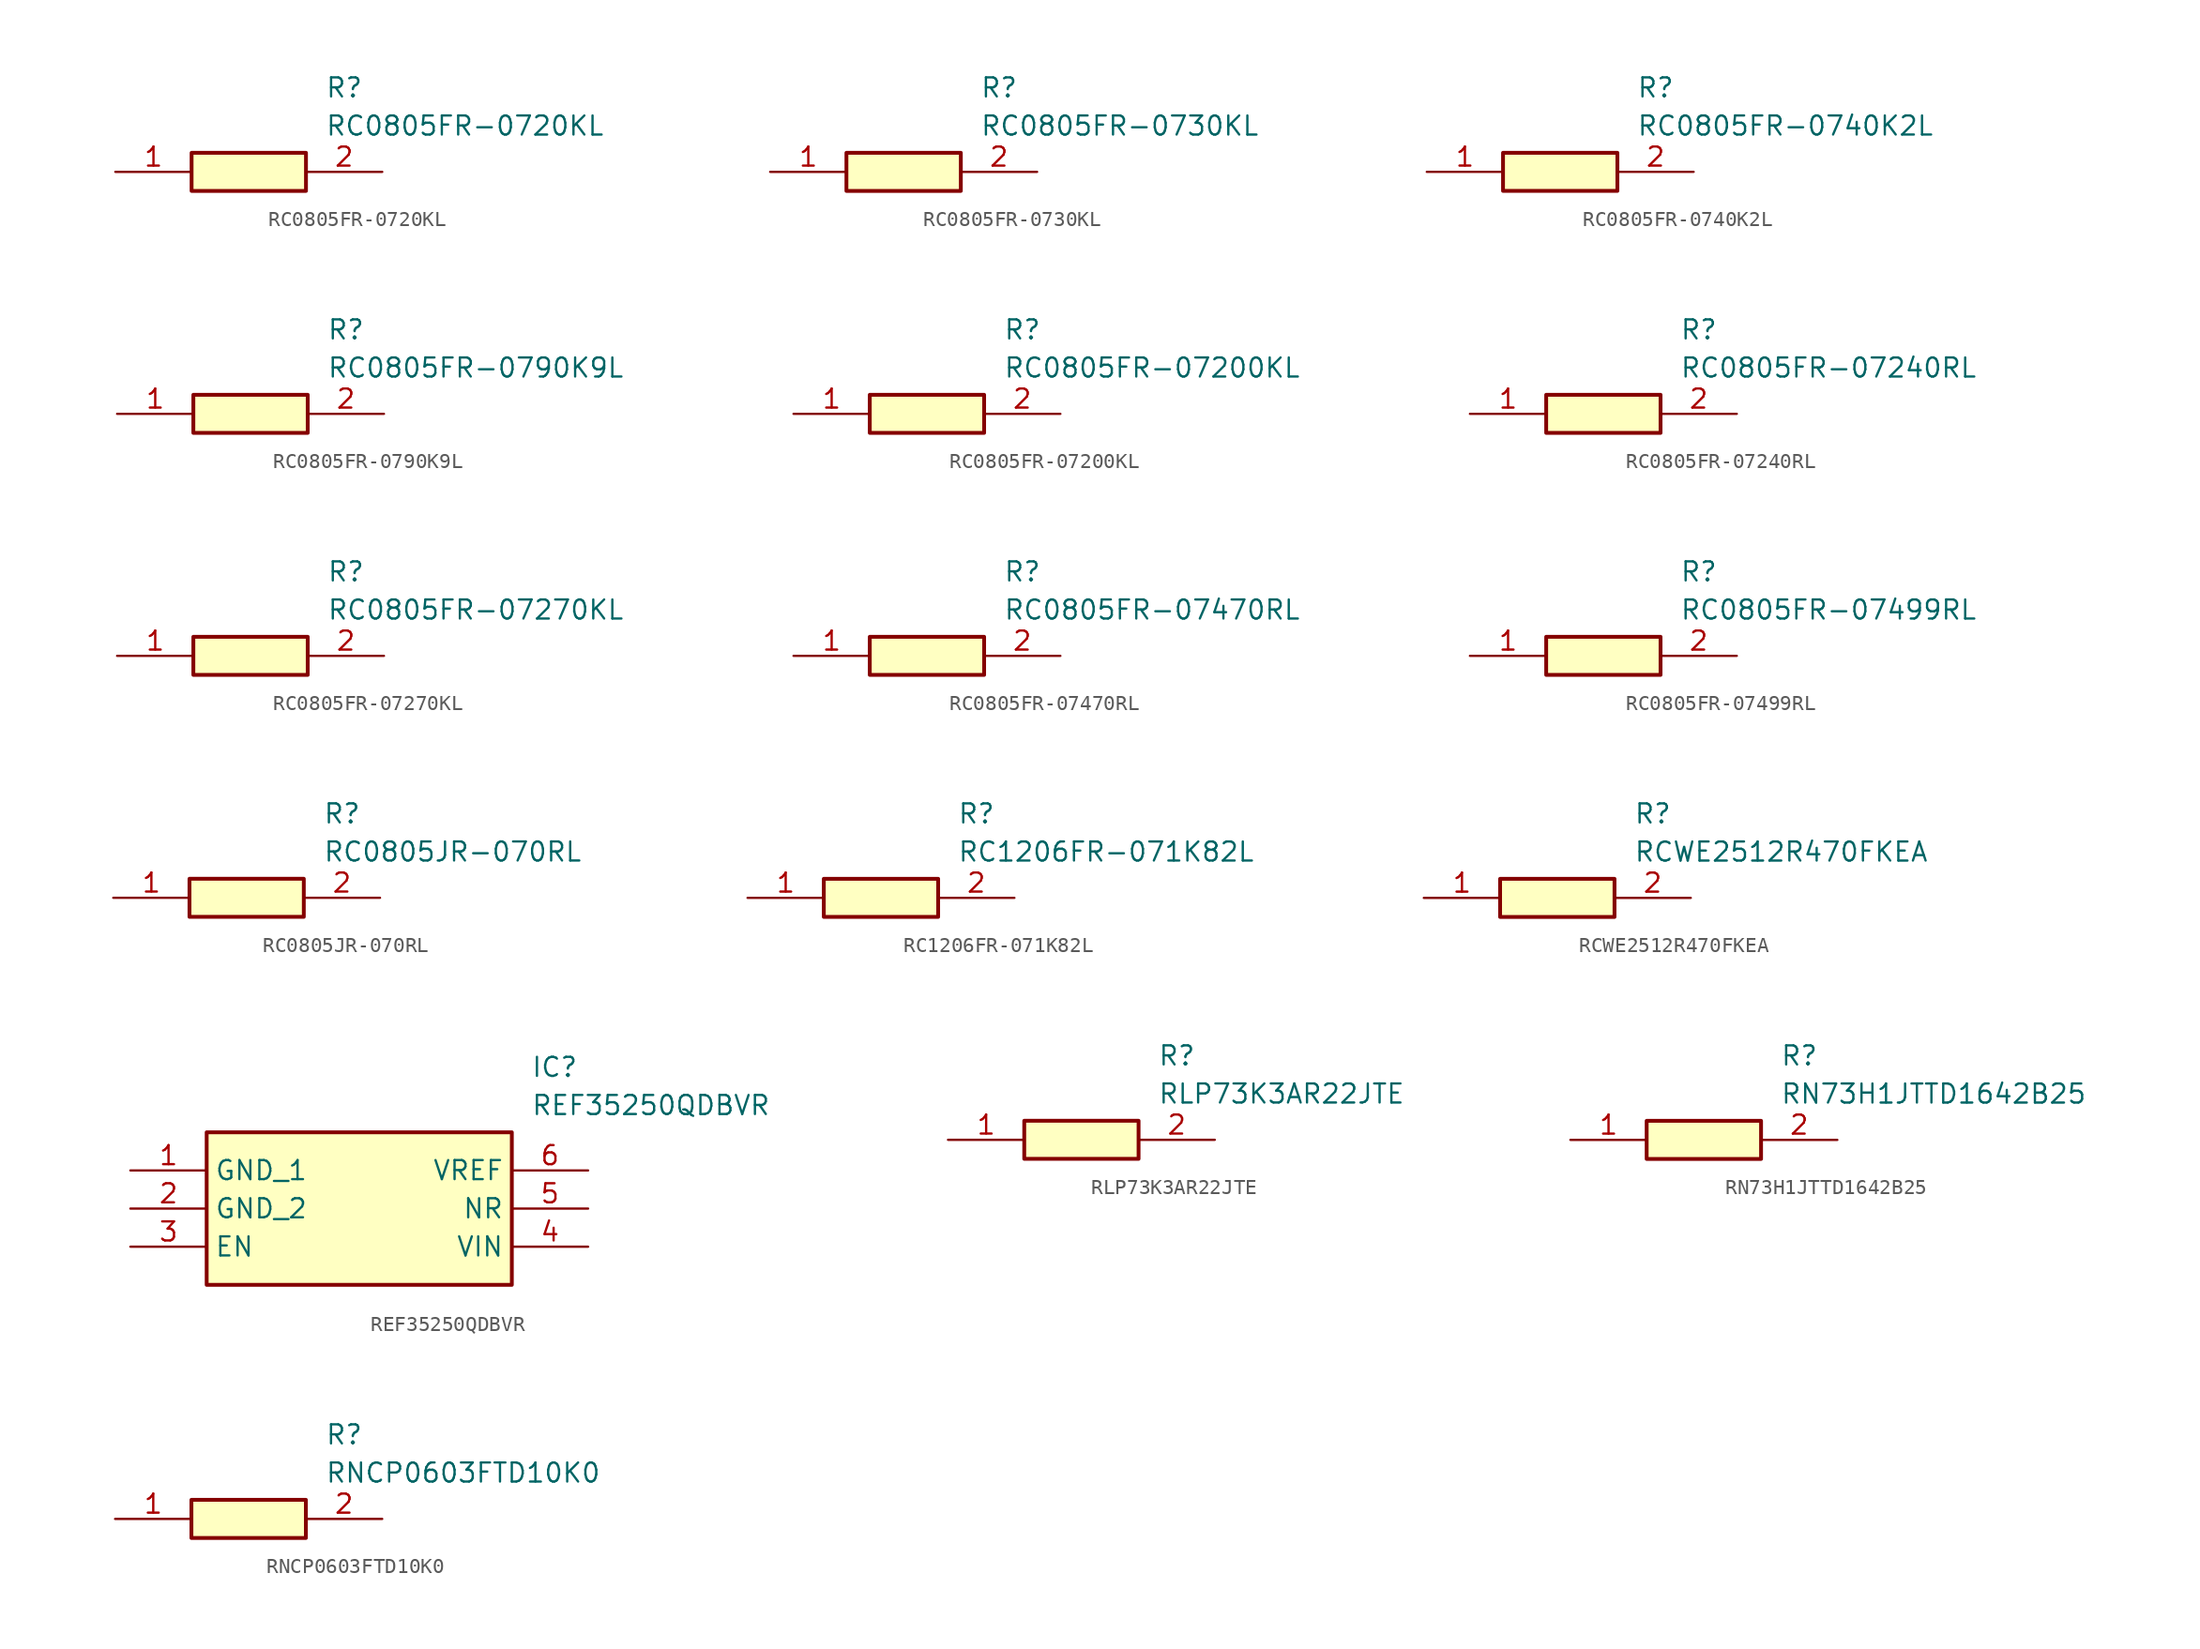
<source format=kicad_sym>
(kicad_symbol_lib
  (version 20231120)
  (generator "kicad_symbol_editor")
  (generator_version "8.0")
  (symbol "RC0805FR-0720KL"
    (pin_names hide)
    (property "Reference" "R"
      (at 13.97 6.35 0)
      (effects (font (size 1.27 1.27)) (justify left top)))
    (property "Value" "RC0805FR-0720KL"
      (at 13.97 3.81 0)
      (effects (font (size 1.27 1.27)) (justify left top)))
    (symbol "RC0805FR-0720KL_1_1"
      (rectangle (start 5.08 1.27) (end 12.7 -1.27) (stroke (width 0.254) (type default)) (fill (type background)))
      (pin passive line (at 0 0 0) (length 5.08) (name "1" (effects (font (size 1.27 1.27)))) (number "1" (effects (font (size 1.27 1.27)))))
      (pin passive line (at 17.78 0 180) (length 5.08) (name "2" (effects (font (size 1.27 1.27)))) (number "2" (effects (font (size 1.27 1.27)))))))
  (symbol "RC0805FR-0730KL"
    (pin_names hide)
    (property "Reference" "R"
      (at 13.97 6.35 0)
      (effects (font (size 1.27 1.27)) (justify left top)))
    (property "Value" "RC0805FR-0730KL"
      (at 13.97 3.81 0)
      (effects (font (size 1.27 1.27)) (justify left top)))
    (symbol "RC0805FR-0730KL_1_1"
      (rectangle (start 5.08 1.27) (end 12.7 -1.27) (stroke (width 0.254) (type default)) (fill (type background)))
      (pin passive line (at 0 0 0) (length 5.08) (name "1" (effects (font (size 1.27 1.27)))) (number "1" (effects (font (size 1.27 1.27)))))
      (pin passive line (at 17.78 0 180) (length 5.08) (name "2" (effects (font (size 1.27 1.27)))) (number "2" (effects (font (size 1.27 1.27)))))))
  (symbol "RC0805FR-0740K2L"
    (pin_names hide)
    (property "Reference" "R"
      (at 13.97 6.35 0)
      (effects (font (size 1.27 1.27)) (justify left top)))
    (property "Value" "RC0805FR-0740K2L"
      (at 13.97 3.81 0)
      (effects (font (size 1.27 1.27)) (justify left top)))
    (symbol "RC0805FR-0740K2L_1_1"
      (rectangle (start 5.08 1.27) (end 12.7 -1.27) (stroke (width 0.254) (type default)) (fill (type background)))
      (pin passive line (at 0 0 0) (length 5.08) (name "1" (effects (font (size 1.27 1.27)))) (number "1" (effects (font (size 1.27 1.27)))))
      (pin passive line (at 17.78 0 180) (length 5.08) (name "2" (effects (font (size 1.27 1.27)))) (number "2" (effects (font (size 1.27 1.27)))))))
  (symbol "RC0805FR-0790K9L"
    (pin_names hide)
    (property "Reference" "R"
      (at 13.97 6.35 0)
      (effects (font (size 1.27 1.27)) (justify left top)))
    (property "Value" "RC0805FR-0790K9L"
      (at 13.97 3.81 0)
      (effects (font (size 1.27 1.27)) (justify left top)))
    (symbol "RC0805FR-0790K9L_1_1"
      (rectangle (start 5.08 1.27) (end 12.7 -1.27) (stroke (width 0.254) (type default)) (fill (type background)))
      (pin passive line (at 0 0 0) (length 5.08) (name "1" (effects (font (size 1.27 1.27)))) (number "1" (effects (font (size 1.27 1.27)))))
      (pin passive line (at 17.78 0 180) (length 5.08) (name "2" (effects (font (size 1.27 1.27)))) (number "2" (effects (font (size 1.27 1.27)))))))
  (symbol "RC0805FR-07200KL"
    (pin_names hide)
    (property "Reference" "R"
      (at 13.97 6.35 0)
      (effects (font (size 1.27 1.27)) (justify left top)))
    (property "Value" "RC0805FR-07200KL"
      (at 13.97 3.81 0)
      (effects (font (size 1.27 1.27)) (justify left top)))
    (symbol "RC0805FR-07200KL_1_1"
      (rectangle (start 5.08 1.27) (end 12.7 -1.27) (stroke (width 0.254) (type default)) (fill (type background)))
      (pin passive line (at 0 0 0) (length 5.08) (name "1" (effects (font (size 1.27 1.27)))) (number "1" (effects (font (size 1.27 1.27)))))
      (pin passive line (at 17.78 0 180) (length 5.08) (name "2" (effects (font (size 1.27 1.27)))) (number "2" (effects (font (size 1.27 1.27)))))))
  (symbol "RC0805FR-07240RL"
    (pin_names hide)
    (property "Reference" "R"
      (at 13.97 6.35 0)
      (effects (font (size 1.27 1.27)) (justify left top)))
    (property "Value" "RC0805FR-07240RL"
      (at 13.97 3.81 0)
      (effects (font (size 1.27 1.27)) (justify left top)))
    (symbol "RC0805FR-07240RL_1_1"
      (rectangle (start 5.08 1.27) (end 12.7 -1.27) (stroke (width 0.254) (type default)) (fill (type background)))
      (pin passive line (at 0 0 0) (length 5.08) (name "1" (effects (font (size 1.27 1.27)))) (number "1" (effects (font (size 1.27 1.27)))))
      (pin passive line (at 17.78 0 180) (length 5.08) (name "2" (effects (font (size 1.27 1.27)))) (number "2" (effects (font (size 1.27 1.27)))))))
  (symbol "RC0805FR-07270KL"
    (pin_names hide)
    (property "Reference" "R"
      (at 13.97 6.35 0)
      (effects (font (size 1.27 1.27)) (justify left top)))
    (property "Value" "RC0805FR-07270KL"
      (at 13.97 3.81 0)
      (effects (font (size 1.27 1.27)) (justify left top)))
    (symbol "RC0805FR-07270KL_1_1"
      (rectangle (start 5.08 1.27) (end 12.7 -1.27) (stroke (width 0.254) (type default)) (fill (type background)))
      (pin passive line (at 0 0 0) (length 5.08) (name "1" (effects (font (size 1.27 1.27)))) (number "1" (effects (font (size 1.27 1.27)))))
      (pin passive line (at 17.78 0 180) (length 5.08) (name "2" (effects (font (size 1.27 1.27)))) (number "2" (effects (font (size 1.27 1.27)))))))
  (symbol "RC0805FR-07470RL"
    (pin_names hide)
    (property "Reference" "R"
      (at 13.97 6.35 0)
      (effects (font (size 1.27 1.27)) (justify left top)))
    (property "Value" "RC0805FR-07470RL"
      (at 13.97 3.81 0)
      (effects (font (size 1.27 1.27)) (justify left top)))
    (symbol "RC0805FR-07470RL_1_1"
      (rectangle (start 5.08 1.27) (end 12.7 -1.27) (stroke (width 0.254) (type default)) (fill (type background)))
      (pin passive line (at 0 0 0) (length 5.08) (name "1" (effects (font (size 1.27 1.27)))) (number "1" (effects (font (size 1.27 1.27)))))
      (pin passive line (at 17.78 0 180) (length 5.08) (name "2" (effects (font (size 1.27 1.27)))) (number "2" (effects (font (size 1.27 1.27)))))))
  (symbol "RC0805FR-07499RL"
    (pin_names hide)
    (property "Reference" "R"
      (at 13.97 6.35 0)
      (effects (font (size 1.27 1.27)) (justify left top)))
    (property "Value" "RC0805FR-07499RL"
      (at 13.97 3.81 0)
      (effects (font (size 1.27 1.27)) (justify left top)))
    (symbol "RC0805FR-07499RL_1_1"
      (rectangle (start 5.08 1.27) (end 12.7 -1.27) (stroke (width 0.254) (type default)) (fill (type background)))
      (pin passive line (at 0 0 0) (length 5.08) (name "1" (effects (font (size 1.27 1.27)))) (number "1" (effects (font (size 1.27 1.27)))))
      (pin passive line (at 17.78 0 180) (length 5.08) (name "2" (effects (font (size 1.27 1.27)))) (number "2" (effects (font (size 1.27 1.27)))))))
  (symbol "RC0805JR-070RL"
    (pin_names hide)
    (property "Reference" "R"
      (at 13.97 6.35 0)
      (effects (font (size 1.27 1.27)) (justify left top)))
    (property "Value" "RC0805JR-070RL"
      (at 13.97 3.81 0)
      (effects (font (size 1.27 1.27)) (justify left top)))
    (symbol "RC0805JR-070RL_1_1"
      (rectangle (start 5.08 1.27) (end 12.7 -1.27) (stroke (width 0.254) (type default)) (fill (type background)))
      (pin passive line (at 0 0 0) (length 5.08) (name "1" (effects (font (size 1.27 1.27)))) (number "1" (effects (font (size 1.27 1.27)))))
      (pin passive line (at 17.78 0 180) (length 5.08) (name "2" (effects (font (size 1.27 1.27)))) (number "2" (effects (font (size 1.27 1.27)))))))
  (symbol "RC1206FR-071K82L"
    (pin_names hide)
    (property "Reference" "R"
      (at 13.97 6.35 0)
      (effects (font (size 1.27 1.27)) (justify left top)))
    (property "Value" "RC1206FR-071K82L"
      (at 13.97 3.81 0)
      (effects (font (size 1.27 1.27)) (justify left top)))
    (symbol "RC1206FR-071K82L_1_1"
      (rectangle (start 5.08 1.27) (end 12.7 -1.27) (stroke (width 0.254) (type default)) (fill (type background)))
      (pin passive line (at 0 0 0) (length 5.08) (name "1" (effects (font (size 1.27 1.27)))) (number "1" (effects (font (size 1.27 1.27)))))
      (pin passive line (at 17.78 0 180) (length 5.08) (name "2" (effects (font (size 1.27 1.27)))) (number "2" (effects (font (size 1.27 1.27)))))))
  (symbol "RCWE2512R470FKEA"
    (pin_names hide)
    (property "Reference" "R"
      (at 13.97 6.35 0)
      (effects (font (size 1.27 1.27)) (justify left top)))
    (property "Value" "RCWE2512R470FKEA"
      (at 13.97 3.81 0)
      (effects (font (size 1.27 1.27)) (justify left top)))
    (symbol "RCWE2512R470FKEA_1_1"
      (rectangle (start 5.08 1.27) (end 12.7 -1.27) (stroke (width 0.254) (type default)) (fill (type background)))
      (pin passive line (at 0 0 0) (length 5.08) (name "1" (effects (font (size 1.27 1.27)))) (number "1" (effects (font (size 1.27 1.27)))))
      (pin passive line (at 17.78 0 180) (length 5.08) (name "2" (effects (font (size 1.27 1.27)))) (number "2" (effects (font (size 1.27 1.27)))))))
  (symbol "REF35250QDBVR"
    (property "Reference" "IC"
      (at 26.67 7.62 0)
      (effects (font (size 1.27 1.27)) (justify left top)))
    (property "Value" "REF35250QDBVR"
      (at 26.67 5.08 0)
      (effects (font (size 1.27 1.27)) (justify left top)))
    (symbol "REF35250QDBVR_1_1"
      (rectangle (start 5.08 2.54) (end 25.4 -7.62) (stroke (width 0.254) (type default)) (fill (type background)))
      (pin passive line (at 0 0 0) (length 5.08) (name "GND_1" (effects (font (size 1.27 1.27)))) (number "1" (effects (font (size 1.27 1.27)))))
      (pin passive line (at 0 -2.54 0) (length 5.08) (name "GND_2" (effects (font (size 1.27 1.27)))) (number "2" (effects (font (size 1.27 1.27)))))
      (pin passive line (at 0 -5.08 0) (length 5.08) (name "EN" (effects (font (size 1.27 1.27)))) (number "3" (effects (font (size 1.27 1.27)))))
      (pin passive line (at 30.48 -5.08 180) (length 5.08) (name "VIN" (effects (font (size 1.27 1.27)))) (number "4" (effects (font (size 1.27 1.27)))))
      (pin passive line (at 30.48 -2.54 180) (length 5.08) (name "NR" (effects (font (size 1.27 1.27)))) (number "5" (effects (font (size 1.27 1.27)))))
      (pin passive line (at 30.48 0 180) (length 5.08) (name "VREF" (effects (font (size 1.27 1.27)))) (number "6" (effects (font (size 1.27 1.27)))))))
  (symbol "RLP73K3AR22JTE"
    (pin_names hide)
    (property "Reference" "R"
      (at 13.97 6.35 0)
      (effects (font (size 1.27 1.27)) (justify left top)))
    (property "Value" "RLP73K3AR22JTE"
      (at 13.97 3.81 0)
      (effects (font (size 1.27 1.27)) (justify left top)))
    (symbol "RLP73K3AR22JTE_1_1"
      (rectangle (start 5.08 1.27) (end 12.7 -1.27) (stroke (width 0.254) (type default)) (fill (type background)))
      (pin passive line (at 0 0 0) (length 5.08) (name "1" (effects (font (size 1.27 1.27)))) (number "1" (effects (font (size 1.27 1.27)))))
      (pin passive line (at 17.78 0 180) (length 5.08) (name "2" (effects (font (size 1.27 1.27)))) (number "2" (effects (font (size 1.27 1.27)))))))
  (symbol "RN73H1JTTD1642B25"
    (pin_names hide)
    (property "Reference" "R"
      (at 13.97 6.35 0)
      (effects (font (size 1.27 1.27)) (justify left top)))
    (property "Value" "RN73H1JTTD1642B25"
      (at 13.97 3.81 0)
      (effects (font (size 1.27 1.27)) (justify left top)))
    (symbol "RN73H1JTTD1642B25_1_1"
      (rectangle (start 5.08 1.27) (end 12.7 -1.27) (stroke (width 0.254) (type default)) (fill (type background)))
      (pin passive line (at 0 0 0) (length 5.08) (name "1" (effects (font (size 1.27 1.27)))) (number "1" (effects (font (size 1.27 1.27)))))
      (pin passive line (at 17.78 0 180) (length 5.08) (name "2" (effects (font (size 1.27 1.27)))) (number "2" (effects (font (size 1.27 1.27)))))))
  (symbol "RNCP0603FTD10K0"
    (pin_names hide)
    (property "Reference" "R"
      (at 13.97 6.35 0)
      (effects (font (size 1.27 1.27)) (justify left top)))
    (property "Value" "RNCP0603FTD10K0"
      (at 13.97 3.81 0)
      (effects (font (size 1.27 1.27)) (justify left top)))
    (symbol "RNCP0603FTD10K0_1_1"
      (rectangle (start 5.08 1.27) (end 12.7 -1.27) (stroke (width 0.254) (type default)) (fill (type background)))
      (pin passive line (at 0 0 0) (length 5.08) (name "1" (effects (font (size 1.27 1.27)))) (number "1" (effects (font (size 1.27 1.27)))))
      (pin passive line (at 17.78 0 180) (length 5.08) (name "2" (effects (font (size 1.27 1.27)))) (number "2" (effects (font (size 1.27 1.27))))))))
</source>
